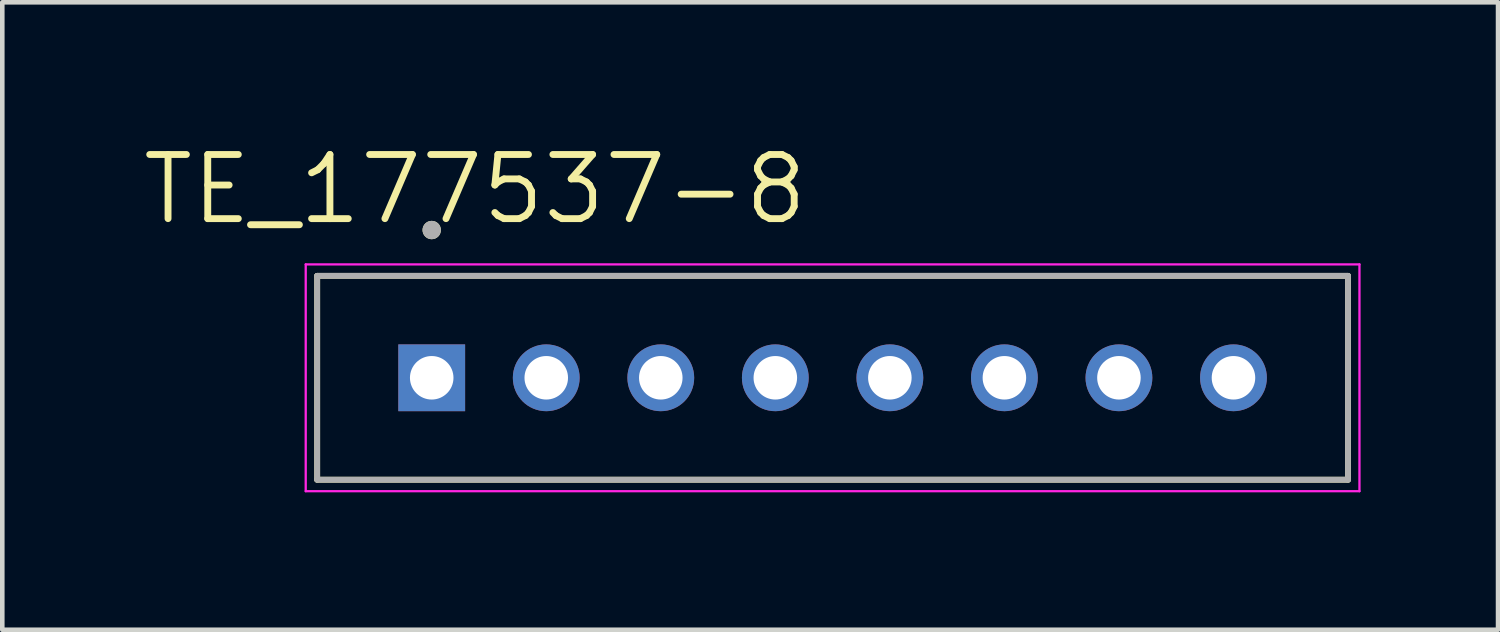
<source format=kicad_pcb>
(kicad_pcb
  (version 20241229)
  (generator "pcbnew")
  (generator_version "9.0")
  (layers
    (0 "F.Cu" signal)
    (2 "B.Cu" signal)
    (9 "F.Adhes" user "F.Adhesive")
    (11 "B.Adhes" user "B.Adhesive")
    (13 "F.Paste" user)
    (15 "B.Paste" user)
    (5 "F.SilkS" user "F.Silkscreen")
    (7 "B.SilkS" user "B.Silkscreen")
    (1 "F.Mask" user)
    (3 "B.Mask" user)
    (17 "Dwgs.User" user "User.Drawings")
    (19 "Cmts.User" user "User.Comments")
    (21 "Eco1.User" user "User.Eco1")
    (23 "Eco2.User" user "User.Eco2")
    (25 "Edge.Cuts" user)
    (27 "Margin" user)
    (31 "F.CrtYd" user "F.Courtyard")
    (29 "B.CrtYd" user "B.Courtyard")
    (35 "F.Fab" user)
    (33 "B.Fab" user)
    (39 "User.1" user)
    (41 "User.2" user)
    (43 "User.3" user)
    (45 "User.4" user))
  (footprint "TE_177537-8"
    (layer "F.Cu")
    (at 15.123 5.196)
    (property "Reference" "TE_177537-8" (at -7.805 -4.114 0) (layer "F.SilkS") (effects (font (size 1.4 1.4) (thickness 0.15))))
    (attr through_hole)
    (fp_line (start -11.25 -2.225) (end 11.25 -2.225) (stroke (width 0.127) (type solid)) (layer "F.SilkS"))
    (fp_line (start -11.25 2.225) (end -11.25 -2.225) (stroke (width 0.127) (type solid)) (layer "F.SilkS"))
    (fp_line (start 11.25 -2.225) (end 11.25 2.225) (stroke (width 0.127) (type solid)) (layer "F.SilkS"))
    (fp_line (start 11.25 2.225) (end -11.25 2.225) (stroke (width 0.127) (type solid)) (layer "F.SilkS"))
    (fp_circle (center -8.75 -3.225) (end -8.65 -3.225) (stroke (width 0.2) (type solid)) (fill no) (layer "F.SilkS"))
    (fp_line (start -11.5 -2.475) (end 11.5 -2.475) (stroke (width 0.05) (type solid)) (layer "F.CrtYd"))
    (fp_line (start -11.5 2.475) (end -11.5 -2.475) (stroke (width 0.05) (type solid)) (layer "F.CrtYd"))
    (fp_line (start 11.5 -2.475) (end 11.5 2.475) (stroke (width 0.05) (type solid)) (layer "F.CrtYd"))
    (fp_line (start 11.5 2.475) (end -11.5 2.475) (stroke (width 0.05) (type solid)) (layer "F.CrtYd"))
    (fp_line (start -11.25 -2.225) (end 11.25 -2.225) (stroke (width 0.127) (type solid)) (layer "F.Fab"))
    (fp_line (start -11.25 2.225) (end -11.25 -2.225) (stroke (width 0.127) (type solid)) (layer "F.Fab"))
    (fp_line (start 11.25 -2.225) (end 11.25 2.225) (stroke (width 0.127) (type solid)) (layer "F.Fab"))
    (fp_line (start 11.25 2.225) (end -11.25 2.225) (stroke (width 0.127) (type solid)) (layer "F.Fab"))
    (fp_circle (center -8.75 -3.225) (end -8.65 -3.225) (stroke (width 0.2) (type solid)) (fill no) (layer "F.Fab"))
    (pad "1" thru_hole rect (at -8.75 0) (size 1.458 1.458) (drill 0.95) (layers "*.Cu" "*.Mask"))
    (pad "2" thru_hole circle (at -6.25 0) (size 1.458 1.458) (drill 0.95) (layers "*.Cu" "*.Mask"))
    (pad "3" thru_hole circle (at -3.75 0) (size 1.458 1.458) (drill 0.95) (layers "*.Cu" "*.Mask"))
    (pad "4" thru_hole circle (at -1.25 0) (size 1.458 1.458) (drill 0.95) (layers "*.Cu" "*.Mask"))
    (pad "5" thru_hole circle (at 1.25 0) (size 1.458 1.458) (drill 0.95) (layers "*.Cu" "*.Mask"))
    (pad "6" thru_hole circle (at 3.75 0) (size 1.458 1.458) (drill 0.95) (layers "*.Cu" "*.Mask"))
    (pad "7" thru_hole circle (at 6.25 0) (size 1.458 1.458) (drill 0.95) (layers "*.Cu" "*.Mask"))
    (pad "8" thru_hole circle (at 8.75 0) (size 1.458 1.458) (drill 0.95) (layers "*.Cu" "*.Mask")))
  (gr_rect
    (start -3 -3)
    (end 29.648 10.696)
    (stroke (width 0.1) (type default))
    (fill no)
    (layer "Edge.Cuts")))
</source>
